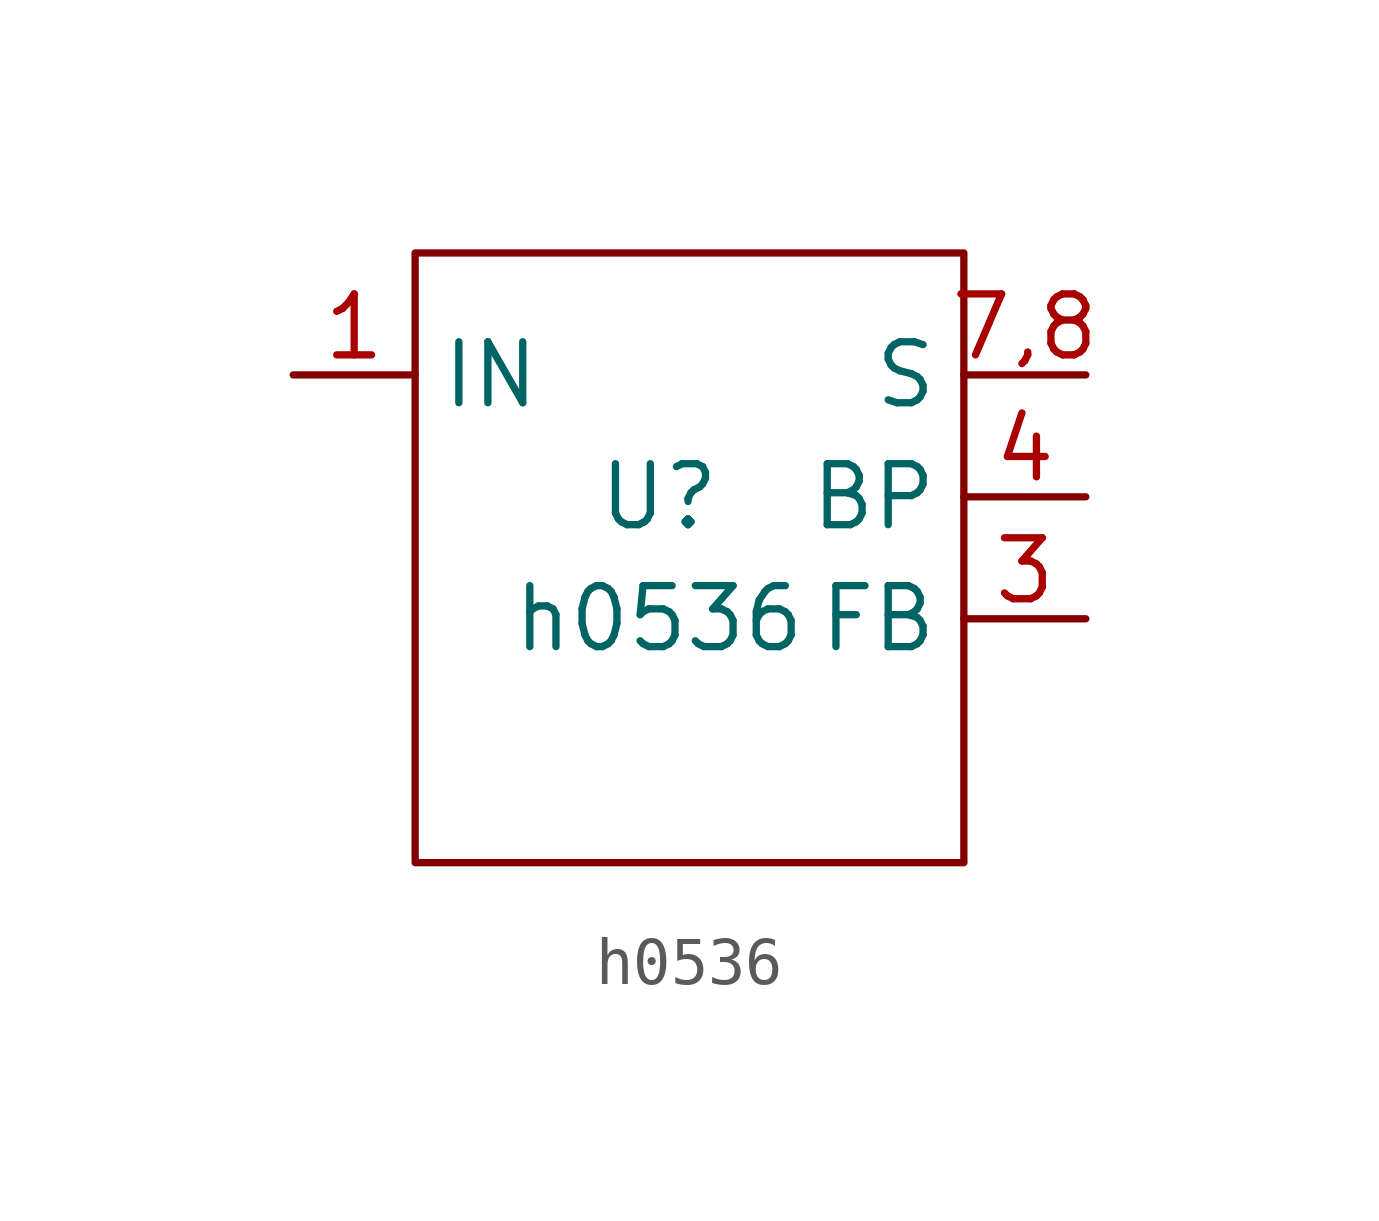
<source format=kicad_sym>
(kicad_symbol_lib
  (version 20211014)
  (generator kicad_symbol_editor)
  (symbol "h0536"
    (property "Reference" "U"
      (at 0 0 0)
      (effects (font (size 1.27 1.27))))
    (property "Value" "h0536"
      (at 0 -2.54 0)
      (effects (font (size 1.27 1.27))))
    (symbol "h0536_0_1"
      (polyline (pts (xy -5.08 5.08) (xy 6.35 5.08) (xy 6.35 -7.62) (xy -5.08 -7.62) (xy -5.08 5.08)) (stroke (width 0) (type default) (color 0 0 0 0)) (fill (type none))))
    (symbol "h0536_1_1"
      (pin input line (at -7.62 2.54 0) (length 2.54) (name "IN" (effects (font (size 1.27 1.27)))) (number "1" (effects (font (size 1.27 1.27)))))
      (pin input line (at 8.89 -2.54 180) (length 2.54) (name "FB" (effects (font (size 1.27 1.27)))) (number "3" (effects (font (size 1.27 1.27)))))
      (pin bidirectional line (at 8.89 0 180) (length 2.54) (name "BP" (effects (font (size 1.27 1.27)))) (number "4" (effects (font (size 1.27 1.27)))))
      (pin bidirectional line (at 8.89 2.54 180) (length 2.54) (name "S" (effects (font (size 1.27 1.27)))) (number "7,8" (effects (font (size 1.27 1.27))))))))
</source>
